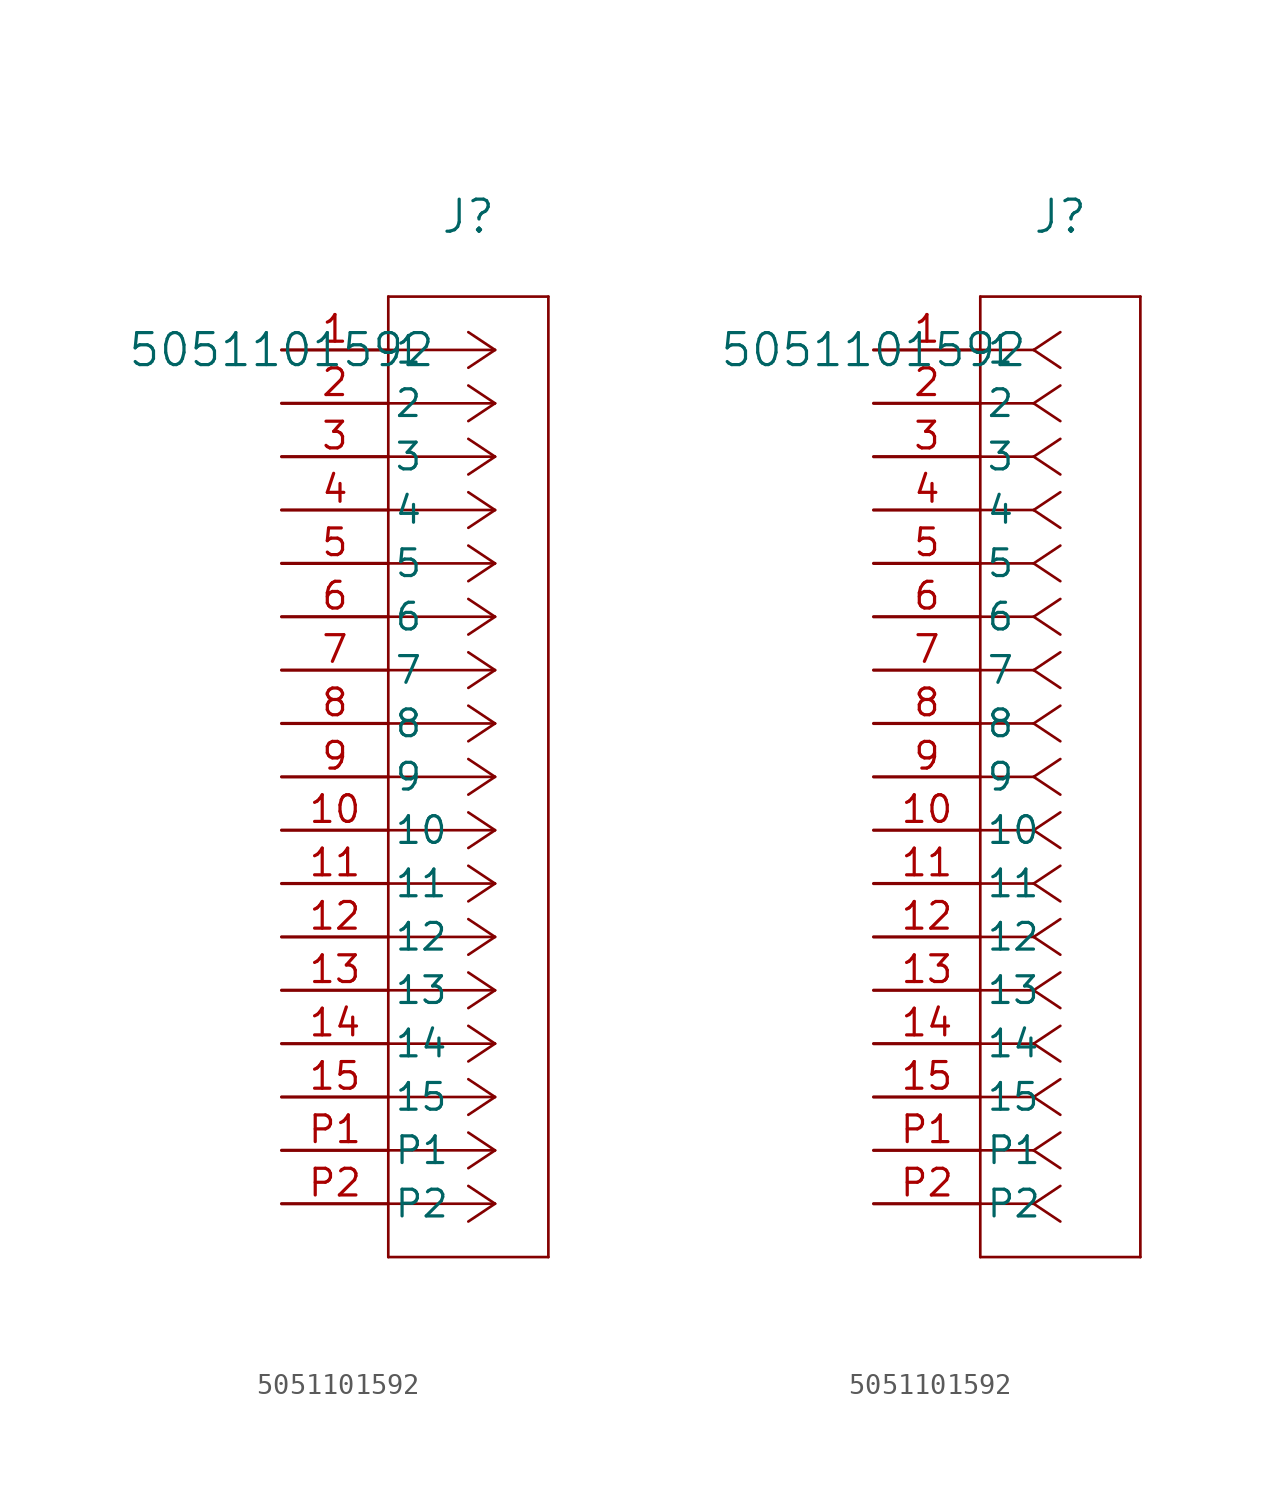
<source format=kicad_sym>
(kicad_symbol_lib
  (version 20211014)
  (generator kicad_symbol_editor)
  (symbol "5051101592"
    (pin_names
      (offset 0.254))
    (property "Reference" "J"
      (at 8.89 6.35 0)
      (effects (font (size 1.524 1.524))))
    (property "Value" "5051101592"
      (at 0 0 0)
      (effects (font (size 1.524 1.524))))
    (symbol "5051101592_1_1"
      (polyline (pts (xy 10.16 0) (xy 5.08 0)) (stroke (width 0.127) (type default) (color 0 0 0 0)) (fill (type none)))
      (polyline (pts (xy 10.16 -2.54) (xy 5.08 -2.54)) (stroke (width 0.127) (type default) (color 0 0 0 0)) (fill (type none)))
      (polyline (pts (xy 10.16 -5.08) (xy 5.08 -5.08)) (stroke (width 0.127) (type default) (color 0 0 0 0)) (fill (type none)))
      (polyline (pts (xy 10.16 -7.62) (xy 5.08 -7.62)) (stroke (width 0.127) (type default) (color 0 0 0 0)) (fill (type none)))
      (polyline (pts (xy 10.16 -10.16) (xy 5.08 -10.16)) (stroke (width 0.127) (type default) (color 0 0 0 0)) (fill (type none)))
      (polyline (pts (xy 10.16 -12.7) (xy 5.08 -12.7)) (stroke (width 0.127) (type default) (color 0 0 0 0)) (fill (type none)))
      (polyline (pts (xy 10.16 -15.24) (xy 5.08 -15.24)) (stroke (width 0.127) (type default) (color 0 0 0 0)) (fill (type none)))
      (polyline (pts (xy 10.16 -17.78) (xy 5.08 -17.78)) (stroke (width 0.127) (type default) (color 0 0 0 0)) (fill (type none)))
      (polyline (pts (xy 10.16 -20.32) (xy 5.08 -20.32)) (stroke (width 0.127) (type default) (color 0 0 0 0)) (fill (type none)))
      (polyline (pts (xy 10.16 -22.86) (xy 5.08 -22.86)) (stroke (width 0.127) (type default) (color 0 0 0 0)) (fill (type none)))
      (polyline (pts (xy 10.16 -25.4) (xy 5.08 -25.4)) (stroke (width 0.127) (type default) (color 0 0 0 0)) (fill (type none)))
      (polyline (pts (xy 10.16 -27.94) (xy 5.08 -27.94)) (stroke (width 0.127) (type default) (color 0 0 0 0)) (fill (type none)))
      (polyline (pts (xy 10.16 -30.48) (xy 5.08 -30.48)) (stroke (width 0.127) (type default) (color 0 0 0 0)) (fill (type none)))
      (polyline (pts (xy 10.16 -33.02) (xy 5.08 -33.02)) (stroke (width 0.127) (type default) (color 0 0 0 0)) (fill (type none)))
      (polyline (pts (xy 10.16 -35.56) (xy 5.08 -35.56)) (stroke (width 0.127) (type default) (color 0 0 0 0)) (fill (type none)))
      (polyline (pts (xy 10.16 -38.1) (xy 5.08 -38.1)) (stroke (width 0.127) (type default) (color 0 0 0 0)) (fill (type none)))
      (polyline (pts (xy 10.16 -40.64) (xy 5.08 -40.64)) (stroke (width 0.127) (type default) (color 0 0 0 0)) (fill (type none)))
      (polyline (pts (xy 10.16 0) (xy 8.89 0.847)) (stroke (width 0.127) (type default) (color 0 0 0 0)) (fill (type none)))
      (polyline (pts (xy 10.16 -2.54) (xy 8.89 -1.693)) (stroke (width 0.127) (type default) (color 0 0 0 0)) (fill (type none)))
      (polyline (pts (xy 10.16 -5.08) (xy 8.89 -4.233)) (stroke (width 0.127) (type default) (color 0 0 0 0)) (fill (type none)))
      (polyline (pts (xy 10.16 -7.62) (xy 8.89 -6.773)) (stroke (width 0.127) (type default) (color 0 0 0 0)) (fill (type none)))
      (polyline (pts (xy 10.16 -10.16) (xy 8.89 -9.313)) (stroke (width 0.127) (type default) (color 0 0 0 0)) (fill (type none)))
      (polyline (pts (xy 10.16 -12.7) (xy 8.89 -11.853)) (stroke (width 0.127) (type default) (color 0 0 0 0)) (fill (type none)))
      (polyline (pts (xy 10.16 -15.24) (xy 8.89 -14.393)) (stroke (width 0.127) (type default) (color 0 0 0 0)) (fill (type none)))
      (polyline (pts (xy 10.16 -17.78) (xy 8.89 -16.933)) (stroke (width 0.127) (type default) (color 0 0 0 0)) (fill (type none)))
      (polyline (pts (xy 10.16 -20.32) (xy 8.89 -19.473)) (stroke (width 0.127) (type default) (color 0 0 0 0)) (fill (type none)))
      (polyline (pts (xy 10.16 -22.86) (xy 8.89 -22.013)) (stroke (width 0.127) (type default) (color 0 0 0 0)) (fill (type none)))
      (polyline (pts (xy 10.16 -25.4) (xy 8.89 -24.553)) (stroke (width 0.127) (type default) (color 0 0 0 0)) (fill (type none)))
      (polyline (pts (xy 10.16 -27.94) (xy 8.89 -27.093)) (stroke (width 0.127) (type default) (color 0 0 0 0)) (fill (type none)))
      (polyline (pts (xy 10.16 -30.48) (xy 8.89 -29.633)) (stroke (width 0.127) (type default) (color 0 0 0 0)) (fill (type none)))
      (polyline (pts (xy 10.16 -33.02) (xy 8.89 -32.173)) (stroke (width 0.127) (type default) (color 0 0 0 0)) (fill (type none)))
      (polyline (pts (xy 10.16 -35.56) (xy 8.89 -34.713)) (stroke (width 0.127) (type default) (color 0 0 0 0)) (fill (type none)))
      (polyline (pts (xy 10.16 -38.1) (xy 8.89 -37.253)) (stroke (width 0.127) (type default) (color 0 0 0 0)) (fill (type none)))
      (polyline (pts (xy 10.16 -40.64) (xy 8.89 -39.793)) (stroke (width 0.127) (type default) (color 0 0 0 0)) (fill (type none)))
      (polyline (pts (xy 10.16 0) (xy 8.89 -0.847)) (stroke (width 0.127) (type default) (color 0 0 0 0)) (fill (type none)))
      (polyline (pts (xy 10.16 -2.54) (xy 8.89 -3.387)) (stroke (width 0.127) (type default) (color 0 0 0 0)) (fill (type none)))
      (polyline (pts (xy 10.16 -5.08) (xy 8.89 -5.927)) (stroke (width 0.127) (type default) (color 0 0 0 0)) (fill (type none)))
      (polyline (pts (xy 10.16 -7.62) (xy 8.89 -8.467)) (stroke (width 0.127) (type default) (color 0 0 0 0)) (fill (type none)))
      (polyline (pts (xy 10.16 -10.16) (xy 8.89 -11.007)) (stroke (width 0.127) (type default) (color 0 0 0 0)) (fill (type none)))
      (polyline (pts (xy 10.16 -12.7) (xy 8.89 -13.547)) (stroke (width 0.127) (type default) (color 0 0 0 0)) (fill (type none)))
      (polyline (pts (xy 10.16 -15.24) (xy 8.89 -16.087)) (stroke (width 0.127) (type default) (color 0 0 0 0)) (fill (type none)))
      (polyline (pts (xy 10.16 -17.78) (xy 8.89 -18.627)) (stroke (width 0.127) (type default) (color 0 0 0 0)) (fill (type none)))
      (polyline (pts (xy 10.16 -20.32) (xy 8.89 -21.167)) (stroke (width 0.127) (type default) (color 0 0 0 0)) (fill (type none)))
      (polyline (pts (xy 10.16 -22.86) (xy 8.89 -23.707)) (stroke (width 0.127) (type default) (color 0 0 0 0)) (fill (type none)))
      (polyline (pts (xy 10.16 -25.4) (xy 8.89 -26.247)) (stroke (width 0.127) (type default) (color 0 0 0 0)) (fill (type none)))
      (polyline (pts (xy 10.16 -27.94) (xy 8.89 -28.787)) (stroke (width 0.127) (type default) (color 0 0 0 0)) (fill (type none)))
      (polyline (pts (xy 10.16 -30.48) (xy 8.89 -31.327)) (stroke (width 0.127) (type default) (color 0 0 0 0)) (fill (type none)))
      (polyline (pts (xy 10.16 -33.02) (xy 8.89 -33.867)) (stroke (width 0.127) (type default) (color 0 0 0 0)) (fill (type none)))
      (polyline (pts (xy 10.16 -35.56) (xy 8.89 -36.407)) (stroke (width 0.127) (type default) (color 0 0 0 0)) (fill (type none)))
      (polyline (pts (xy 10.16 -38.1) (xy 8.89 -38.947)) (stroke (width 0.127) (type default) (color 0 0 0 0)) (fill (type none)))
      (polyline (pts (xy 10.16 -40.64) (xy 8.89 -41.487)) (stroke (width 0.127) (type default) (color 0 0 0 0)) (fill (type none)))
      (polyline (pts (xy 5.08 2.54) (xy 5.08 -43.18)) (stroke (width 0.127) (type default) (color 0 0 0 0)) (fill (type none)))
      (polyline (pts (xy 5.08 -43.18) (xy 12.7 -43.18)) (stroke (width 0.127) (type default) (color 0 0 0 0)) (fill (type none)))
      (polyline (pts (xy 12.7 -43.18) (xy 12.7 2.54)) (stroke (width 0.127) (type default) (color 0 0 0 0)) (fill (type none)))
      (polyline (pts (xy 12.7 2.54) (xy 5.08 2.54)) (stroke (width 0.127) (type default) (color 0 0 0 0)) (fill (type none)))
      (pin unspecified line (at 0 0 0) (length 5.08) (name "1" (effects (font (size 1.27 1.27)))) (number "1" (effects (font (size 1.27 1.27)))))
      (pin unspecified line (at 0 -2.54 0) (length 5.08) (name "2" (effects (font (size 1.27 1.27)))) (number "2" (effects (font (size 1.27 1.27)))))
      (pin unspecified line (at 0 -5.08 0) (length 5.08) (name "3" (effects (font (size 1.27 1.27)))) (number "3" (effects (font (size 1.27 1.27)))))
      (pin unspecified line (at 0 -7.62 0) (length 5.08) (name "4" (effects (font (size 1.27 1.27)))) (number "4" (effects (font (size 1.27 1.27)))))
      (pin unspecified line (at 0 -10.16 0) (length 5.08) (name "5" (effects (font (size 1.27 1.27)))) (number "5" (effects (font (size 1.27 1.27)))))
      (pin unspecified line (at 0 -12.7 0) (length 5.08) (name "6" (effects (font (size 1.27 1.27)))) (number "6" (effects (font (size 1.27 1.27)))))
      (pin unspecified line (at 0 -15.24 0) (length 5.08) (name "7" (effects (font (size 1.27 1.27)))) (number "7" (effects (font (size 1.27 1.27)))))
      (pin unspecified line (at 0 -17.78 0) (length 5.08) (name "8" (effects (font (size 1.27 1.27)))) (number "8" (effects (font (size 1.27 1.27)))))
      (pin unspecified line (at 0 -20.32 0) (length 5.08) (name "9" (effects (font (size 1.27 1.27)))) (number "9" (effects (font (size 1.27 1.27)))))
      (pin unspecified line (at 0 -22.86 0) (length 5.08) (name "10" (effects (font (size 1.27 1.27)))) (number "10" (effects (font (size 1.27 1.27)))))
      (pin unspecified line (at 0 -25.4 0) (length 5.08) (name "11" (effects (font (size 1.27 1.27)))) (number "11" (effects (font (size 1.27 1.27)))))
      (pin unspecified line (at 0 -27.94 0) (length 5.08) (name "12" (effects (font (size 1.27 1.27)))) (number "12" (effects (font (size 1.27 1.27)))))
      (pin unspecified line (at 0 -30.48 0) (length 5.08) (name "13" (effects (font (size 1.27 1.27)))) (number "13" (effects (font (size 1.27 1.27)))))
      (pin unspecified line (at 0 -33.02 0) (length 5.08) (name "14" (effects (font (size 1.27 1.27)))) (number "14" (effects (font (size 1.27 1.27)))))
      (pin unspecified line (at 0 -35.56 0) (length 5.08) (name "15" (effects (font (size 1.27 1.27)))) (number "15" (effects (font (size 1.27 1.27)))))
      (pin unspecified line (at 0 -38.1 0) (length 5.08) (name "P1" (effects (font (size 1.27 1.27)))) (number "P1" (effects (font (size 1.27 1.27)))))
      (pin unspecified line (at 0 -40.64 0) (length 5.08) (name "P2" (effects (font (size 1.27 1.27)))) (number "P2" (effects (font (size 1.27 1.27))))))
    (symbol "5051101592_1_2"
      (polyline (pts (xy 7.62 0) (xy 5.08 0)) (stroke (width 0.127) (type default) (color 0 0 0 0)) (fill (type none)))
      (polyline (pts (xy 7.62 -2.54) (xy 5.08 -2.54)) (stroke (width 0.127) (type default) (color 0 0 0 0)) (fill (type none)))
      (polyline (pts (xy 7.62 -5.08) (xy 5.08 -5.08)) (stroke (width 0.127) (type default) (color 0 0 0 0)) (fill (type none)))
      (polyline (pts (xy 7.62 -7.62) (xy 5.08 -7.62)) (stroke (width 0.127) (type default) (color 0 0 0 0)) (fill (type none)))
      (polyline (pts (xy 7.62 -10.16) (xy 5.08 -10.16)) (stroke (width 0.127) (type default) (color 0 0 0 0)) (fill (type none)))
      (polyline (pts (xy 7.62 -12.7) (xy 5.08 -12.7)) (stroke (width 0.127) (type default) (color 0 0 0 0)) (fill (type none)))
      (polyline (pts (xy 7.62 -15.24) (xy 5.08 -15.24)) (stroke (width 0.127) (type default) (color 0 0 0 0)) (fill (type none)))
      (polyline (pts (xy 7.62 -17.78) (xy 5.08 -17.78)) (stroke (width 0.127) (type default) (color 0 0 0 0)) (fill (type none)))
      (polyline (pts (xy 7.62 -20.32) (xy 5.08 -20.32)) (stroke (width 0.127) (type default) (color 0 0 0 0)) (fill (type none)))
      (polyline (pts (xy 7.62 -22.86) (xy 5.08 -22.86)) (stroke (width 0.127) (type default) (color 0 0 0 0)) (fill (type none)))
      (polyline (pts (xy 7.62 -25.4) (xy 5.08 -25.4)) (stroke (width 0.127) (type default) (color 0 0 0 0)) (fill (type none)))
      (polyline (pts (xy 7.62 -27.94) (xy 5.08 -27.94)) (stroke (width 0.127) (type default) (color 0 0 0 0)) (fill (type none)))
      (polyline (pts (xy 7.62 -30.48) (xy 5.08 -30.48)) (stroke (width 0.127) (type default) (color 0 0 0 0)) (fill (type none)))
      (polyline (pts (xy 7.62 -33.02) (xy 5.08 -33.02)) (stroke (width 0.127) (type default) (color 0 0 0 0)) (fill (type none)))
      (polyline (pts (xy 7.62 -35.56) (xy 5.08 -35.56)) (stroke (width 0.127) (type default) (color 0 0 0 0)) (fill (type none)))
      (polyline (pts (xy 7.62 -38.1) (xy 5.08 -38.1)) (stroke (width 0.127) (type default) (color 0 0 0 0)) (fill (type none)))
      (polyline (pts (xy 7.62 -40.64) (xy 5.08 -40.64)) (stroke (width 0.127) (type default) (color 0 0 0 0)) (fill (type none)))
      (polyline (pts (xy 7.62 0) (xy 8.89 0.847)) (stroke (width 0.127) (type default) (color 0 0 0 0)) (fill (type none)))
      (polyline (pts (xy 7.62 -2.54) (xy 8.89 -1.693)) (stroke (width 0.127) (type default) (color 0 0 0 0)) (fill (type none)))
      (polyline (pts (xy 7.62 -5.08) (xy 8.89 -4.233)) (stroke (width 0.127) (type default) (color 0 0 0 0)) (fill (type none)))
      (polyline (pts (xy 7.62 -7.62) (xy 8.89 -6.773)) (stroke (width 0.127) (type default) (color 0 0 0 0)) (fill (type none)))
      (polyline (pts (xy 7.62 -10.16) (xy 8.89 -9.313)) (stroke (width 0.127) (type default) (color 0 0 0 0)) (fill (type none)))
      (polyline (pts (xy 7.62 -12.7) (xy 8.89 -11.853)) (stroke (width 0.127) (type default) (color 0 0 0 0)) (fill (type none)))
      (polyline (pts (xy 7.62 -15.24) (xy 8.89 -14.393)) (stroke (width 0.127) (type default) (color 0 0 0 0)) (fill (type none)))
      (polyline (pts (xy 7.62 -17.78) (xy 8.89 -16.933)) (stroke (width 0.127) (type default) (color 0 0 0 0)) (fill (type none)))
      (polyline (pts (xy 7.62 -20.32) (xy 8.89 -19.473)) (stroke (width 0.127) (type default) (color 0 0 0 0)) (fill (type none)))
      (polyline (pts (xy 7.62 -22.86) (xy 8.89 -22.013)) (stroke (width 0.127) (type default) (color 0 0 0 0)) (fill (type none)))
      (polyline (pts (xy 7.62 -25.4) (xy 8.89 -24.553)) (stroke (width 0.127) (type default) (color 0 0 0 0)) (fill (type none)))
      (polyline (pts (xy 7.62 -27.94) (xy 8.89 -27.093)) (stroke (width 0.127) (type default) (color 0 0 0 0)) (fill (type none)))
      (polyline (pts (xy 7.62 -30.48) (xy 8.89 -29.633)) (stroke (width 0.127) (type default) (color 0 0 0 0)) (fill (type none)))
      (polyline (pts (xy 7.62 -33.02) (xy 8.89 -32.173)) (stroke (width 0.127) (type default) (color 0 0 0 0)) (fill (type none)))
      (polyline (pts (xy 7.62 -35.56) (xy 8.89 -34.713)) (stroke (width 0.127) (type default) (color 0 0 0 0)) (fill (type none)))
      (polyline (pts (xy 7.62 -38.1) (xy 8.89 -37.253)) (stroke (width 0.127) (type default) (color 0 0 0 0)) (fill (type none)))
      (polyline (pts (xy 7.62 -40.64) (xy 8.89 -39.793)) (stroke (width 0.127) (type default) (color 0 0 0 0)) (fill (type none)))
      (polyline (pts (xy 7.62 0) (xy 8.89 -0.847)) (stroke (width 0.127) (type default) (color 0 0 0 0)) (fill (type none)))
      (polyline (pts (xy 7.62 -2.54) (xy 8.89 -3.387)) (stroke (width 0.127) (type default) (color 0 0 0 0)) (fill (type none)))
      (polyline (pts (xy 7.62 -5.08) (xy 8.89 -5.927)) (stroke (width 0.127) (type default) (color 0 0 0 0)) (fill (type none)))
      (polyline (pts (xy 7.62 -7.62) (xy 8.89 -8.467)) (stroke (width 0.127) (type default) (color 0 0 0 0)) (fill (type none)))
      (polyline (pts (xy 7.62 -10.16) (xy 8.89 -11.007)) (stroke (width 0.127) (type default) (color 0 0 0 0)) (fill (type none)))
      (polyline (pts (xy 7.62 -12.7) (xy 8.89 -13.547)) (stroke (width 0.127) (type default) (color 0 0 0 0)) (fill (type none)))
      (polyline (pts (xy 7.62 -15.24) (xy 8.89 -16.087)) (stroke (width 0.127) (type default) (color 0 0 0 0)) (fill (type none)))
      (polyline (pts (xy 7.62 -17.78) (xy 8.89 -18.627)) (stroke (width 0.127) (type default) (color 0 0 0 0)) (fill (type none)))
      (polyline (pts (xy 7.62 -20.32) (xy 8.89 -21.167)) (stroke (width 0.127) (type default) (color 0 0 0 0)) (fill (type none)))
      (polyline (pts (xy 7.62 -22.86) (xy 8.89 -23.707)) (stroke (width 0.127) (type default) (color 0 0 0 0)) (fill (type none)))
      (polyline (pts (xy 7.62 -25.4) (xy 8.89 -26.247)) (stroke (width 0.127) (type default) (color 0 0 0 0)) (fill (type none)))
      (polyline (pts (xy 7.62 -27.94) (xy 8.89 -28.787)) (stroke (width 0.127) (type default) (color 0 0 0 0)) (fill (type none)))
      (polyline (pts (xy 7.62 -30.48) (xy 8.89 -31.327)) (stroke (width 0.127) (type default) (color 0 0 0 0)) (fill (type none)))
      (polyline (pts (xy 7.62 -33.02) (xy 8.89 -33.867)) (stroke (width 0.127) (type default) (color 0 0 0 0)) (fill (type none)))
      (polyline (pts (xy 7.62 -35.56) (xy 8.89 -36.407)) (stroke (width 0.127) (type default) (color 0 0 0 0)) (fill (type none)))
      (polyline (pts (xy 7.62 -38.1) (xy 8.89 -38.947)) (stroke (width 0.127) (type default) (color 0 0 0 0)) (fill (type none)))
      (polyline (pts (xy 7.62 -40.64) (xy 8.89 -41.487)) (stroke (width 0.127) (type default) (color 0 0 0 0)) (fill (type none)))
      (polyline (pts (xy 5.08 2.54) (xy 5.08 -43.18)) (stroke (width 0.127) (type default) (color 0 0 0 0)) (fill (type none)))
      (polyline (pts (xy 5.08 -43.18) (xy 12.7 -43.18)) (stroke (width 0.127) (type default) (color 0 0 0 0)) (fill (type none)))
      (polyline (pts (xy 12.7 -43.18) (xy 12.7 2.54)) (stroke (width 0.127) (type default) (color 0 0 0 0)) (fill (type none)))
      (polyline (pts (xy 12.7 2.54) (xy 5.08 2.54)) (stroke (width 0.127) (type default) (color 0 0 0 0)) (fill (type none)))
      (pin unspecified line (at 0 0 0) (length 5.08) (name "1" (effects (font (size 1.27 1.27)))) (number "1" (effects (font (size 1.27 1.27)))))
      (pin unspecified line (at 0 -2.54 0) (length 5.08) (name "2" (effects (font (size 1.27 1.27)))) (number "2" (effects (font (size 1.27 1.27)))))
      (pin unspecified line (at 0 -5.08 0) (length 5.08) (name "3" (effects (font (size 1.27 1.27)))) (number "3" (effects (font (size 1.27 1.27)))))
      (pin unspecified line (at 0 -7.62 0) (length 5.08) (name "4" (effects (font (size 1.27 1.27)))) (number "4" (effects (font (size 1.27 1.27)))))
      (pin unspecified line (at 0 -10.16 0) (length 5.08) (name "5" (effects (font (size 1.27 1.27)))) (number "5" (effects (font (size 1.27 1.27)))))
      (pin unspecified line (at 0 -12.7 0) (length 5.08) (name "6" (effects (font (size 1.27 1.27)))) (number "6" (effects (font (size 1.27 1.27)))))
      (pin unspecified line (at 0 -15.24 0) (length 5.08) (name "7" (effects (font (size 1.27 1.27)))) (number "7" (effects (font (size 1.27 1.27)))))
      (pin unspecified line (at 0 -17.78 0) (length 5.08) (name "8" (effects (font (size 1.27 1.27)))) (number "8" (effects (font (size 1.27 1.27)))))
      (pin unspecified line (at 0 -20.32 0) (length 5.08) (name "9" (effects (font (size 1.27 1.27)))) (number "9" (effects (font (size 1.27 1.27)))))
      (pin unspecified line (at 0 -22.86 0) (length 5.08) (name "10" (effects (font (size 1.27 1.27)))) (number "10" (effects (font (size 1.27 1.27)))))
      (pin unspecified line (at 0 -25.4 0) (length 5.08) (name "11" (effects (font (size 1.27 1.27)))) (number "11" (effects (font (size 1.27 1.27)))))
      (pin unspecified line (at 0 -27.94 0) (length 5.08) (name "12" (effects (font (size 1.27 1.27)))) (number "12" (effects (font (size 1.27 1.27)))))
      (pin unspecified line (at 0 -30.48 0) (length 5.08) (name "13" (effects (font (size 1.27 1.27)))) (number "13" (effects (font (size 1.27 1.27)))))
      (pin unspecified line (at 0 -33.02 0) (length 5.08) (name "14" (effects (font (size 1.27 1.27)))) (number "14" (effects (font (size 1.27 1.27)))))
      (pin unspecified line (at 0 -35.56 0) (length 5.08) (name "15" (effects (font (size 1.27 1.27)))) (number "15" (effects (font (size 1.27 1.27)))))
      (pin unspecified line (at 0 -38.1 0) (length 5.08) (name "P1" (effects (font (size 1.27 1.27)))) (number "P1" (effects (font (size 1.27 1.27)))))
      (pin unspecified line (at 0 -40.64 0) (length 5.08) (name "P2" (effects (font (size 1.27 1.27)))) (number "P2" (effects (font (size 1.27 1.27))))))))
</source>
